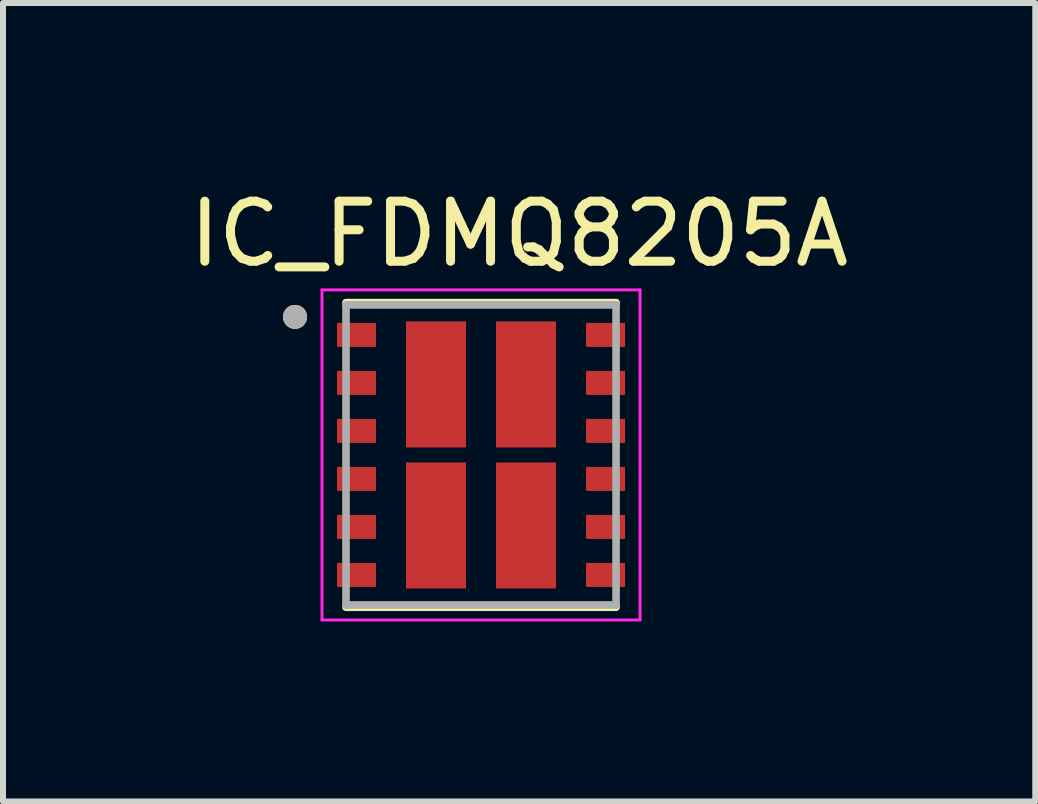
<source format=kicad_pcb>
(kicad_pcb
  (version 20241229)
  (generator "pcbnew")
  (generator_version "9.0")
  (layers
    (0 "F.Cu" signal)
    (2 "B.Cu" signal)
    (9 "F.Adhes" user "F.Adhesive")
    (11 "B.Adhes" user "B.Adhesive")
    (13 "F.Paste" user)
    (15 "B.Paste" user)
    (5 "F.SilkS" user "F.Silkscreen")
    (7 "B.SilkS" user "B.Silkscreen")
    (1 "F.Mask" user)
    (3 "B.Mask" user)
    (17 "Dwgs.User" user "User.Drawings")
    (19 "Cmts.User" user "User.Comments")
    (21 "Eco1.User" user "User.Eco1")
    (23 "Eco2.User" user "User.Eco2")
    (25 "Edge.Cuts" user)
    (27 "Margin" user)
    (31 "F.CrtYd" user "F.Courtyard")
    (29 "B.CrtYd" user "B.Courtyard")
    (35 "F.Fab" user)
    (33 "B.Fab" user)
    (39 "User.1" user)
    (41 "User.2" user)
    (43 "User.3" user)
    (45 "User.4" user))
  (footprint "IC_FDMQ8205A"
    (layer "F.Cu")
    (at 4.966 4.531)
    (property "Reference" "IC_FDMQ8205A" (at 0.635 -3.683 0) (layer "F.SilkS") (effects (font (size 1 1) (thickness 0.15))))
    (attr smd)
    (fp_line (start -2.25 -2.538) (end 2.25 -2.538) (stroke (width 0.127) (type solid)) (layer "F.SilkS"))
    (fp_line (start 2.25 2.538) (end -2.25 2.538) (stroke (width 0.127) (type solid)) (layer "F.SilkS"))
    (fp_circle (center -3.1 -2.3) (end -3 -2.3) (stroke (width 0.2) (type solid)) (fill no) (layer "F.SilkS"))
    (fp_poly (pts (xy -0.434 -1.84) (xy -0.434 -0.51) (xy -1.066 -0.51) (xy -1.066 -1.84)) (stroke (width 0.01) (type solid)) (fill yes) (layer "F.Paste"))
    (fp_poly (pts (xy -0.434 0.51) (xy -0.434 1.84) (xy -1.066 1.84) (xy -1.066 0.51)) (stroke (width 0.01) (type solid)) (fill yes) (layer "F.Paste"))
    (fp_poly (pts (xy 1.066 -1.84) (xy 1.066 -0.51) (xy 0.434 -0.51) (xy 0.434 -1.84)) (stroke (width 0.01) (type solid)) (fill yes) (layer "F.Paste"))
    (fp_poly (pts (xy 1.066 0.51) (xy 1.066 1.84) (xy 0.434 1.84) (xy 0.434 0.51)) (stroke (width 0.01) (type solid)) (fill yes) (layer "F.Paste"))
    (fp_line (start -2.65 -2.75) (end 2.65 -2.75) (stroke (width 0.05) (type solid)) (layer "F.CrtYd"))
    (fp_line (start -2.65 2.75) (end -2.65 -2.75) (stroke (width 0.05) (type solid)) (layer "F.CrtYd"))
    (fp_line (start 2.65 -2.75) (end 2.65 2.75) (stroke (width 0.05) (type solid)) (layer "F.CrtYd"))
    (fp_line (start 2.65 2.75) (end -2.65 2.75) (stroke (width 0.05) (type solid)) (layer "F.CrtYd"))
    (fp_line (start -2.25 -2.5) (end 2.25 -2.5) (stroke (width 0.127) (type solid)) (layer "F.Fab"))
    (fp_line (start -2.25 2.5) (end -2.25 -2.5) (stroke (width 0.127) (type solid)) (layer "F.Fab"))
    (fp_line (start 2.25 -2.5) (end 2.25 2.5) (stroke (width 0.127) (type solid)) (layer "F.Fab"))
    (fp_line (start 2.25 2.5) (end -2.25 2.5) (stroke (width 0.127) (type solid)) (layer "F.Fab"))
    (fp_circle (center -3.1 -2.3) (end -3 -2.3) (stroke (width 0.2) (type solid)) (fill no) (layer "F.Fab"))
    (pad "1" smd rect (at -2.075 -2) (size 0.65 0.4) (layers "F.Cu" "F.Mask" "F.Paste"))
    (pad "2" smd rect (at -2.075 -1.2) (size 0.65 0.4) (layers "F.Cu" "F.Mask" "F.Paste"))
    (pad "3" smd rect (at -2.075 -0.4) (size 0.65 0.4) (layers "F.Cu" "F.Mask" "F.Paste"))
    (pad "4" smd rect (at -2.075 0.4) (size 0.65 0.4) (layers "F.Cu" "F.Mask" "F.Paste"))
    (pad "5" smd rect (at -2.075 1.2) (size 0.65 0.4) (layers "F.Cu" "F.Mask" "F.Paste"))
    (pad "6" smd rect (at -2.075 2) (size 0.65 0.4) (layers "F.Cu" "F.Mask" "F.Paste"))
    (pad "7" smd rect (at 2.075 2) (size 0.65 0.4) (layers "F.Cu" "F.Mask" "F.Paste"))
    (pad "8" smd rect (at 2.075 1.2) (size 0.65 0.4) (layers "F.Cu" "F.Mask" "F.Paste"))
    (pad "9" smd rect (at 2.075 0.4) (size 0.65 0.4) (layers "F.Cu" "F.Mask" "F.Paste"))
    (pad "10" smd rect (at 2.075 -0.4) (size 0.65 0.4) (layers "F.Cu" "F.Mask" "F.Paste"))
    (pad "11" smd rect (at 2.075 -1.2) (size 0.65 0.4) (layers "F.Cu" "F.Mask" "F.Paste"))
    (pad "12" smd rect (at 2.075 -2) (size 0.65 0.4) (layers "F.Cu" "F.Mask" "F.Paste"))
    (pad "13" smd rect (at -0.75 -1.175) (size 1 2.1) (layers "F.Cu" "F.Mask"))
    (pad "14" smd rect (at -0.75 1.175) (size 1 2.1) (layers "F.Cu" "F.Mask"))
    (pad "15" smd rect (at 0.75 1.175) (size 1 2.1) (layers "F.Cu" "F.Mask"))
    (pad "16" smd rect (at 0.75 -1.175) (size 1 2.1) (layers "F.Cu" "F.Mask")))
  (gr_rect
    (start -3 -3)
    (end 14.202 10.306)
    (stroke (width 0.1) (type default))
    (fill no)
    (layer "Edge.Cuts")))
</source>
